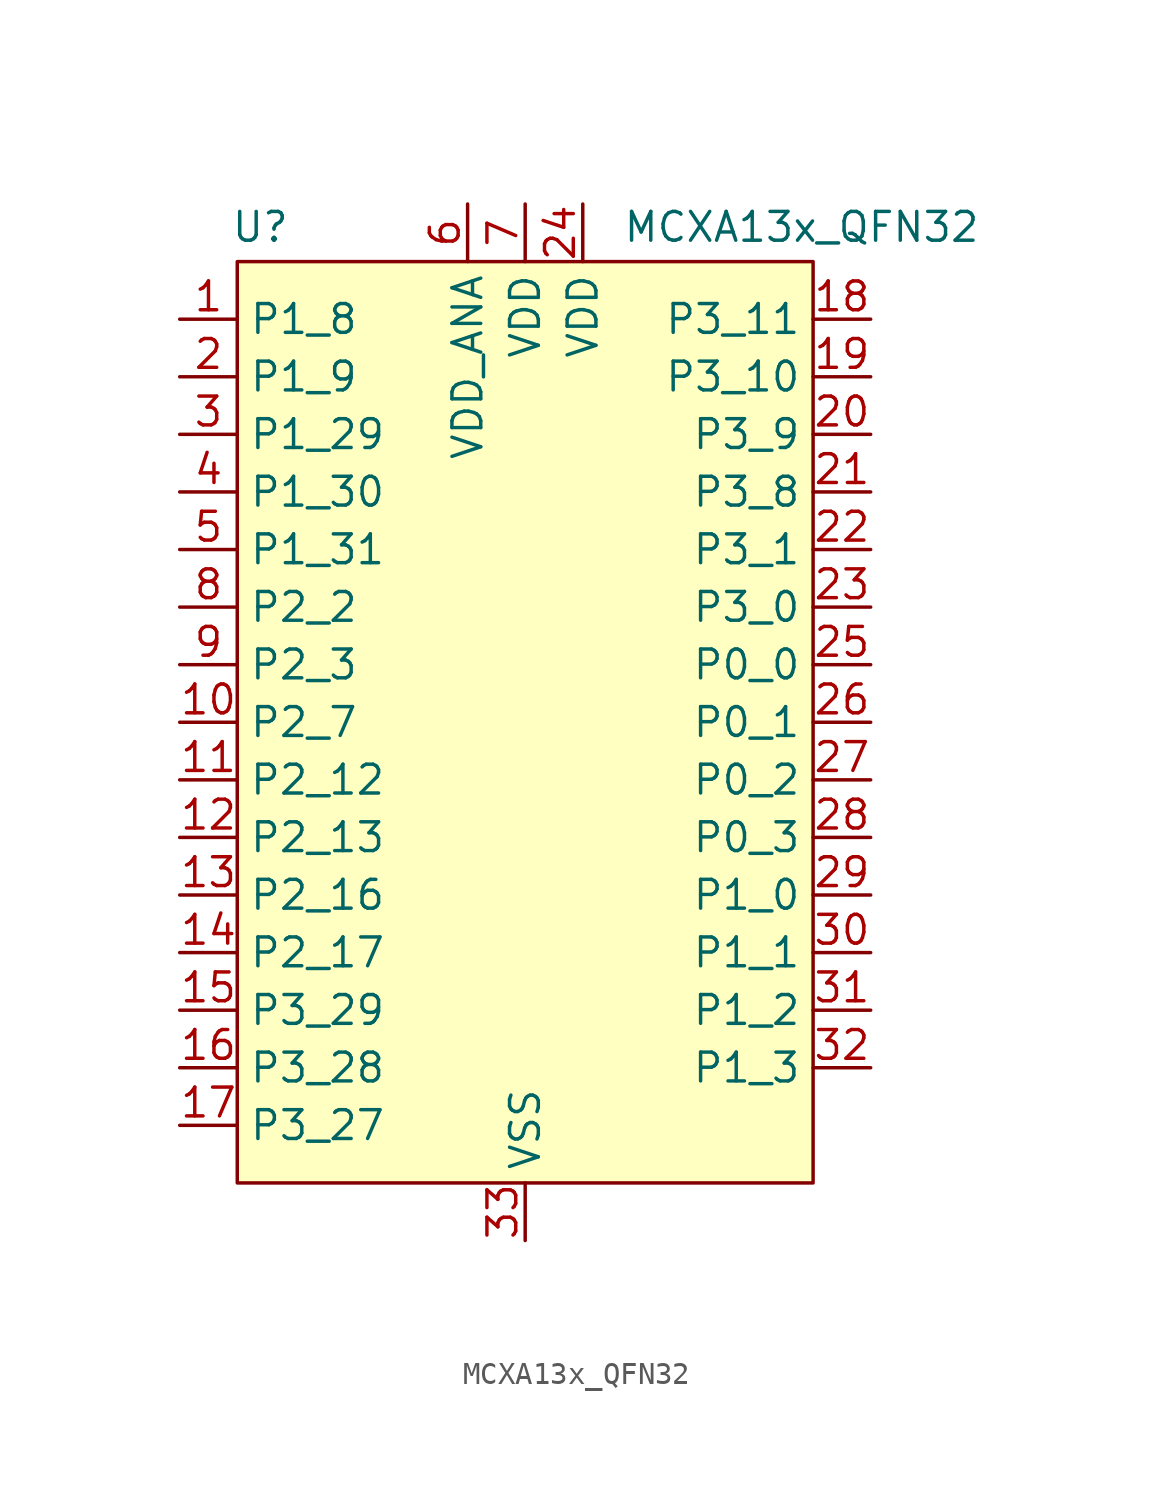
<source format=kicad_sym>
(kicad_symbol_lib
  (version 20231120)
  (generator "kicad_symbol_editor")
  (generator_version "8.0")
  (symbol "MCXA13x_QFN32"
    (property "Reference" "U"
      (at -11.684 21.844 0)
      (effects (font (size 1.27 1.27))))
    (property "Value" "MCXA13x_QFN32"
      (at 12.192 21.844 0)
      (effects (font (size 1.27 1.27))))
    (symbol "MCXA13x_QFN32_1_1"
      (rectangle (start -12.7 20.32) (end 12.7 -20.32) (stroke (width 0) (type default)) (fill (type background)))
      (pin passive line (at -15.24 17.78 0) (length 2.54) (name "P1_8" (effects (font (size 1.27 1.27)))) (number "1" (effects (font (size 1.27 1.27)))))
      (pin passive line (at -15.24 0 0) (length 2.54) (name "P2_7" (effects (font (size 1.27 1.27)))) (number "10" (effects (font (size 1.27 1.27)))))
      (pin passive line (at -15.24 -2.54 0) (length 2.54) (name "P2_12" (effects (font (size 1.27 1.27)))) (number "11" (effects (font (size 1.27 1.27)))))
      (pin passive line (at -15.24 -5.08 0) (length 2.54) (name "P2_13" (effects (font (size 1.27 1.27)))) (number "12" (effects (font (size 1.27 1.27)))))
      (pin passive line (at -15.24 -7.62 0) (length 2.54) (name "P2_16" (effects (font (size 1.27 1.27)))) (number "13" (effects (font (size 1.27 1.27)))))
      (pin passive line (at -15.24 -10.16 0) (length 2.54) (name "P2_17" (effects (font (size 1.27 1.27)))) (number "14" (effects (font (size 1.27 1.27)))))
      (pin passive line (at -15.24 -12.7 0) (length 2.54) (name "P3_29" (effects (font (size 1.27 1.27)))) (number "15" (effects (font (size 1.27 1.27)))))
      (pin passive line (at -15.24 -15.24 0) (length 2.54) (name "P3_28" (effects (font (size 1.27 1.27)))) (number "16" (effects (font (size 1.27 1.27)))))
      (pin passive line (at -15.24 -17.78 0) (length 2.54) (name "P3_27" (effects (font (size 1.27 1.27)))) (number "17" (effects (font (size 1.27 1.27)))))
      (pin passive line (at 15.24 17.78 180) (length 2.54) (name "P3_11" (effects (font (size 1.27 1.27)))) (number "18" (effects (font (size 1.27 1.27)))))
      (pin passive line (at 15.24 15.24 180) (length 2.54) (name "P3_10" (effects (font (size 1.27 1.27)))) (number "19" (effects (font (size 1.27 1.27)))))
      (pin passive line (at -15.24 15.24 0) (length 2.54) (name "P1_9" (effects (font (size 1.27 1.27)))) (number "2" (effects (font (size 1.27 1.27)))))
      (pin passive line (at 15.24 12.7 180) (length 2.54) (name "P3_9" (effects (font (size 1.27 1.27)))) (number "20" (effects (font (size 1.27 1.27)))))
      (pin passive line (at 15.24 10.16 180) (length 2.54) (name "P3_8" (effects (font (size 1.27 1.27)))) (number "21" (effects (font (size 1.27 1.27)))))
      (pin passive line (at 15.24 7.62 180) (length 2.54) (name "P3_1" (effects (font (size 1.27 1.27)))) (number "22" (effects (font (size 1.27 1.27)))))
      (pin passive line (at 15.24 5.08 180) (length 2.54) (name "P3_0" (effects (font (size 1.27 1.27)))) (number "23" (effects (font (size 1.27 1.27)))))
      (pin passive line (at 2.54 22.86 270) (length 2.54) (name "VDD" (effects (font (size 1.27 1.27)))) (number "24" (effects (font (size 1.27 1.27)))))
      (pin passive line (at 15.24 2.54 180) (length 2.54) (name "P0_0" (effects (font (size 1.27 1.27)))) (number "25" (effects (font (size 1.27 1.27)))))
      (pin passive line (at 15.24 0 180) (length 2.54) (name "P0_1" (effects (font (size 1.27 1.27)))) (number "26" (effects (font (size 1.27 1.27)))))
      (pin passive line (at 15.24 -2.54 180) (length 2.54) (name "P0_2" (effects (font (size 1.27 1.27)))) (number "27" (effects (font (size 1.27 1.27)))))
      (pin passive line (at 15.24 -5.08 180) (length 2.54) (name "P0_3" (effects (font (size 1.27 1.27)))) (number "28" (effects (font (size 1.27 1.27)))))
      (pin passive line (at 15.24 -7.62 180) (length 2.54) (name "P1_0" (effects (font (size 1.27 1.27)))) (number "29" (effects (font (size 1.27 1.27)))))
      (pin passive line (at -15.24 12.7 0) (length 2.54) (name "P1_29" (effects (font (size 1.27 1.27)))) (number "3" (effects (font (size 1.27 1.27)))))
      (pin passive line (at 15.24 -10.16 180) (length 2.54) (name "P1_1" (effects (font (size 1.27 1.27)))) (number "30" (effects (font (size 1.27 1.27)))))
      (pin passive line (at 15.24 -12.7 180) (length 2.54) (name "P1_2" (effects (font (size 1.27 1.27)))) (number "31" (effects (font (size 1.27 1.27)))))
      (pin passive line (at 15.24 -15.24 180) (length 2.54) (name "P1_3" (effects (font (size 1.27 1.27)))) (number "32" (effects (font (size 1.27 1.27)))))
      (pin passive line (at 0 -22.86 90) (length 2.54) (name "VSS" (effects (font (size 1.27 1.27)))) (number "33" (effects (font (size 1.27 1.27)))))
      (pin passive line (at -15.24 10.16 0) (length 2.54) (name "P1_30" (effects (font (size 1.27 1.27)))) (number "4" (effects (font (size 1.27 1.27)))))
      (pin passive line (at -15.24 7.62 0) (length 2.54) (name "P1_31" (effects (font (size 1.27 1.27)))) (number "5" (effects (font (size 1.27 1.27)))))
      (pin passive line (at -2.54 22.86 270) (length 2.54) (name "VDD_ANA" (effects (font (size 1.27 1.27)))) (number "6" (effects (font (size 1.27 1.27)))))
      (pin passive line (at 0 22.86 270) (length 2.54) (name "VDD" (effects (font (size 1.27 1.27)))) (number "7" (effects (font (size 1.27 1.27)))))
      (pin passive line (at -15.24 5.08 0) (length 2.54) (name "P2_2" (effects (font (size 1.27 1.27)))) (number "8" (effects (font (size 1.27 1.27)))))
      (pin passive line (at -15.24 2.54 0) (length 2.54) (name "P2_3" (effects (font (size 1.27 1.27)))) (number "9" (effects (font (size 1.27 1.27))))))))
</source>
